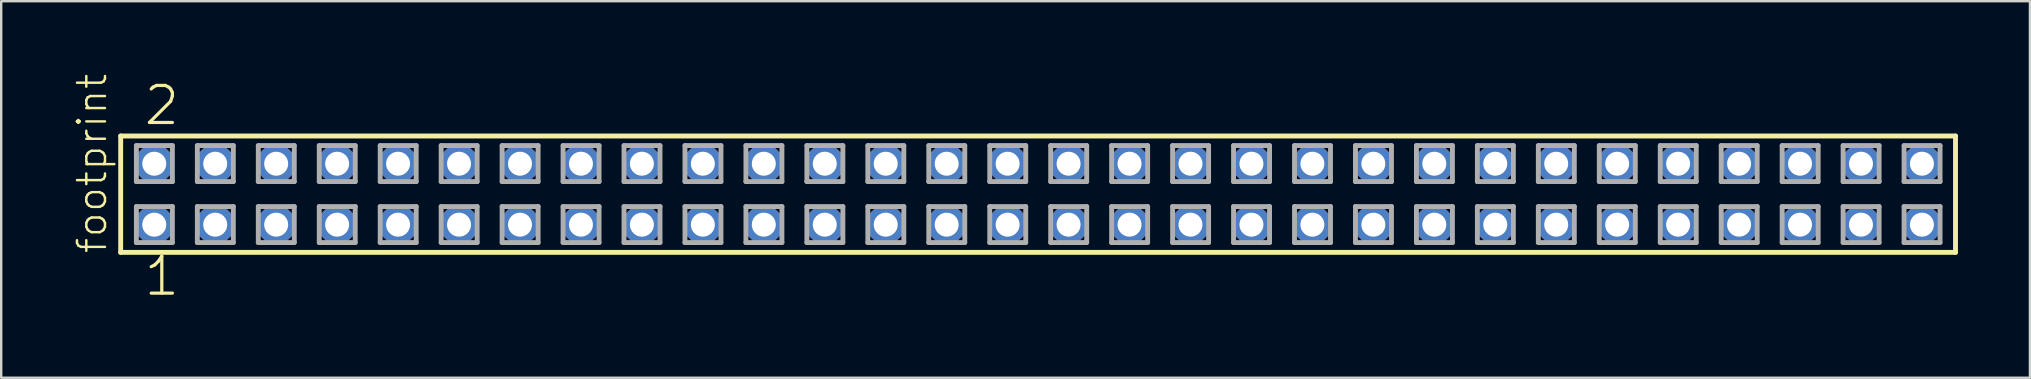
<source format=kicad_pcb>
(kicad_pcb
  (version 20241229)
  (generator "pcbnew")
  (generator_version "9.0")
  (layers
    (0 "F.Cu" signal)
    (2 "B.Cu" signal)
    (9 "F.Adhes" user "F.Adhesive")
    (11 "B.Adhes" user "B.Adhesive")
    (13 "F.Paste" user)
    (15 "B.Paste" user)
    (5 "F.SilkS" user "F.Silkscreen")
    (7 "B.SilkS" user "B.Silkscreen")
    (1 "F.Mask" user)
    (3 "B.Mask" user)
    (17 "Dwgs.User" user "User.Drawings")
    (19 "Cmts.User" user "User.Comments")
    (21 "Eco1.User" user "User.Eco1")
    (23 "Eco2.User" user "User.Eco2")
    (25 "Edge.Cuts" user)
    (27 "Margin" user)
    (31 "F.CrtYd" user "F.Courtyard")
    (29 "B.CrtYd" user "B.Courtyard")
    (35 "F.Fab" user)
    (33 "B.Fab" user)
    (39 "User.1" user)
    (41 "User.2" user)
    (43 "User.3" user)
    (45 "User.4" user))
  (footprint "footprint"
    (layer "F.Cu")
    (at 40.208 5.042)
    (property "Reference" "footprint" (at -38.735 2.54 90) (layer "F.SilkS") (effects (font (size 1.168 1.168) (thickness 0.102)) (justify left bottom)))
    (fp_line (start -38.229 -2.425) (end 38.229 -2.425) (stroke (width 0.203) (type solid)) (layer "F.SilkS"))
    (fp_line (start -38.229 2.425) (end -38.229 -2.425) (stroke (width 0.203) (type solid)) (layer "F.SilkS"))
    (fp_line (start 38.229 -2.425) (end 38.229 2.425) (stroke (width 0.203) (type solid)) (layer "F.SilkS"))
    (fp_line (start 38.229 2.425) (end -38.229 2.425) (stroke (width 0.203) (type solid)) (layer "F.SilkS"))
    (fp_line (start -37.575 -2.025) (end -36.075 -2.025) (stroke (width 0.203) (type solid)) (layer "F.Fab"))
    (fp_line (start -37.575 -0.525) (end -37.575 -2.025) (stroke (width 0.203) (type solid)) (layer "F.Fab"))
    (fp_line (start -37.575 0.515) (end -36.075 0.515) (stroke (width 0.203) (type solid)) (layer "F.Fab"))
    (fp_line (start -37.575 2.015) (end -37.575 0.515) (stroke (width 0.203) (type solid)) (layer "F.Fab"))
    (fp_line (start -36.075 -2.025) (end -36.075 -0.525) (stroke (width 0.203) (type solid)) (layer "F.Fab"))
    (fp_line (start -36.075 -0.525) (end -37.575 -0.525) (stroke (width 0.203) (type solid)) (layer "F.Fab"))
    (fp_line (start -36.075 0.515) (end -36.075 2.015) (stroke (width 0.203) (type solid)) (layer "F.Fab"))
    (fp_line (start -36.075 2.015) (end -37.575 2.015) (stroke (width 0.203) (type solid)) (layer "F.Fab"))
    (fp_line (start -35.035 -2.025) (end -33.535 -2.025) (stroke (width 0.203) (type solid)) (layer "F.Fab"))
    (fp_line (start -35.035 -0.525) (end -35.035 -2.025) (stroke (width 0.203) (type solid)) (layer "F.Fab"))
    (fp_line (start -35.035 0.515) (end -33.535 0.515) (stroke (width 0.203) (type solid)) (layer "F.Fab"))
    (fp_line (start -35.035 2.015) (end -35.035 0.515) (stroke (width 0.203) (type solid)) (layer "F.Fab"))
    (fp_line (start -33.535 -2.025) (end -33.535 -0.525) (stroke (width 0.203) (type solid)) (layer "F.Fab"))
    (fp_line (start -33.535 -0.525) (end -35.035 -0.525) (stroke (width 0.203) (type solid)) (layer "F.Fab"))
    (fp_line (start -33.535 0.515) (end -33.535 2.015) (stroke (width 0.203) (type solid)) (layer "F.Fab"))
    (fp_line (start -33.535 2.015) (end -35.035 2.015) (stroke (width 0.203) (type solid)) (layer "F.Fab"))
    (fp_line (start -32.495 -2.025) (end -30.995 -2.025) (stroke (width 0.203) (type solid)) (layer "F.Fab"))
    (fp_line (start -32.495 -0.525) (end -32.495 -2.025) (stroke (width 0.203) (type solid)) (layer "F.Fab"))
    (fp_line (start -32.495 0.515) (end -30.995 0.515) (stroke (width 0.203) (type solid)) (layer "F.Fab"))
    (fp_line (start -32.495 2.015) (end -32.495 0.515) (stroke (width 0.203) (type solid)) (layer "F.Fab"))
    (fp_line (start -30.995 -2.025) (end -30.995 -0.525) (stroke (width 0.203) (type solid)) (layer "F.Fab"))
    (fp_line (start -30.995 -0.525) (end -32.495 -0.525) (stroke (width 0.203) (type solid)) (layer "F.Fab"))
    (fp_line (start -30.995 0.515) (end -30.995 2.015) (stroke (width 0.203) (type solid)) (layer "F.Fab"))
    (fp_line (start -30.995 2.015) (end -32.495 2.015) (stroke (width 0.203) (type solid)) (layer "F.Fab"))
    (fp_line (start -29.955 -2.025) (end -28.455 -2.025) (stroke (width 0.203) (type solid)) (layer "F.Fab"))
    (fp_line (start -29.955 -0.525) (end -29.955 -2.025) (stroke (width 0.203) (type solid)) (layer "F.Fab"))
    (fp_line (start -29.955 0.515) (end -28.455 0.515) (stroke (width 0.203) (type solid)) (layer "F.Fab"))
    (fp_line (start -29.955 2.015) (end -29.955 0.515) (stroke (width 0.203) (type solid)) (layer "F.Fab"))
    (fp_line (start -28.455 -2.025) (end -28.455 -0.525) (stroke (width 0.203) (type solid)) (layer "F.Fab"))
    (fp_line (start -28.455 -0.525) (end -29.955 -0.525) (stroke (width 0.203) (type solid)) (layer "F.Fab"))
    (fp_line (start -28.455 0.515) (end -28.455 2.015) (stroke (width 0.203) (type solid)) (layer "F.Fab"))
    (fp_line (start -28.455 2.015) (end -29.955 2.015) (stroke (width 0.203) (type solid)) (layer "F.Fab"))
    (fp_line (start -27.415 -2.025) (end -25.915 -2.025) (stroke (width 0.203) (type solid)) (layer "F.Fab"))
    (fp_line (start -27.415 -0.525) (end -27.415 -2.025) (stroke (width 0.203) (type solid)) (layer "F.Fab"))
    (fp_line (start -27.415 0.515) (end -25.915 0.515) (stroke (width 0.203) (type solid)) (layer "F.Fab"))
    (fp_line (start -27.415 2.015) (end -27.415 0.515) (stroke (width 0.203) (type solid)) (layer "F.Fab"))
    (fp_line (start -25.915 -2.025) (end -25.915 -0.525) (stroke (width 0.203) (type solid)) (layer "F.Fab"))
    (fp_line (start -25.915 -0.525) (end -27.415 -0.525) (stroke (width 0.203) (type solid)) (layer "F.Fab"))
    (fp_line (start -25.915 0.515) (end -25.915 2.015) (stroke (width 0.203) (type solid)) (layer "F.Fab"))
    (fp_line (start -25.915 2.015) (end -27.415 2.015) (stroke (width 0.203) (type solid)) (layer "F.Fab"))
    (fp_line (start -24.875 -2.025) (end -23.375 -2.025) (stroke (width 0.203) (type solid)) (layer "F.Fab"))
    (fp_line (start -24.875 -0.525) (end -24.875 -2.025) (stroke (width 0.203) (type solid)) (layer "F.Fab"))
    (fp_line (start -24.875 0.515) (end -23.375 0.515) (stroke (width 0.203) (type solid)) (layer "F.Fab"))
    (fp_line (start -24.875 2.015) (end -24.875 0.515) (stroke (width 0.203) (type solid)) (layer "F.Fab"))
    (fp_line (start -23.375 -2.025) (end -23.375 -0.525) (stroke (width 0.203) (type solid)) (layer "F.Fab"))
    (fp_line (start -23.375 -0.525) (end -24.875 -0.525) (stroke (width 0.203) (type solid)) (layer "F.Fab"))
    (fp_line (start -23.375 0.515) (end -23.375 2.015) (stroke (width 0.203) (type solid)) (layer "F.Fab"))
    (fp_line (start -23.375 2.015) (end -24.875 2.015) (stroke (width 0.203) (type solid)) (layer "F.Fab"))
    (fp_line (start -22.335 -2.025) (end -20.835 -2.025) (stroke (width 0.203) (type solid)) (layer "F.Fab"))
    (fp_line (start -22.335 -0.525) (end -22.335 -2.025) (stroke (width 0.203) (type solid)) (layer "F.Fab"))
    (fp_line (start -22.335 0.515) (end -20.835 0.515) (stroke (width 0.203) (type solid)) (layer "F.Fab"))
    (fp_line (start -22.335 2.015) (end -22.335 0.515) (stroke (width 0.203) (type solid)) (layer "F.Fab"))
    (fp_line (start -20.835 -2.025) (end -20.835 -0.525) (stroke (width 0.203) (type solid)) (layer "F.Fab"))
    (fp_line (start -20.835 -0.525) (end -22.335 -0.525) (stroke (width 0.203) (type solid)) (layer "F.Fab"))
    (fp_line (start -20.835 0.515) (end -20.835 2.015) (stroke (width 0.203) (type solid)) (layer "F.Fab"))
    (fp_line (start -20.835 2.015) (end -22.335 2.015) (stroke (width 0.203) (type solid)) (layer "F.Fab"))
    (fp_line (start -19.795 -2.025) (end -18.295 -2.025) (stroke (width 0.203) (type solid)) (layer "F.Fab"))
    (fp_line (start -19.795 -0.525) (end -19.795 -2.025) (stroke (width 0.203) (type solid)) (layer "F.Fab"))
    (fp_line (start -19.795 0.515) (end -18.295 0.515) (stroke (width 0.203) (type solid)) (layer "F.Fab"))
    (fp_line (start -19.795 2.015) (end -19.795 0.515) (stroke (width 0.203) (type solid)) (layer "F.Fab"))
    (fp_line (start -18.295 -2.025) (end -18.295 -0.525) (stroke (width 0.203) (type solid)) (layer "F.Fab"))
    (fp_line (start -18.295 -0.525) (end -19.795 -0.525) (stroke (width 0.203) (type solid)) (layer "F.Fab"))
    (fp_line (start -18.295 0.515) (end -18.295 2.015) (stroke (width 0.203) (type solid)) (layer "F.Fab"))
    (fp_line (start -18.295 2.015) (end -19.795 2.015) (stroke (width 0.203) (type solid)) (layer "F.Fab"))
    (fp_line (start -17.255 -2.025) (end -15.755 -2.025) (stroke (width 0.203) (type solid)) (layer "F.Fab"))
    (fp_line (start -17.255 -0.525) (end -17.255 -2.025) (stroke (width 0.203) (type solid)) (layer "F.Fab"))
    (fp_line (start -17.255 0.515) (end -15.755 0.515) (stroke (width 0.203) (type solid)) (layer "F.Fab"))
    (fp_line (start -17.255 2.015) (end -17.255 0.515) (stroke (width 0.203) (type solid)) (layer "F.Fab"))
    (fp_line (start -15.755 -2.025) (end -15.755 -0.525) (stroke (width 0.203) (type solid)) (layer "F.Fab"))
    (fp_line (start -15.755 -0.525) (end -17.255 -0.525) (stroke (width 0.203) (type solid)) (layer "F.Fab"))
    (fp_line (start -15.755 0.515) (end -15.755 2.015) (stroke (width 0.203) (type solid)) (layer "F.Fab"))
    (fp_line (start -15.755 2.015) (end -17.255 2.015) (stroke (width 0.203) (type solid)) (layer "F.Fab"))
    (fp_line (start -14.715 -2.025) (end -13.215 -2.025) (stroke (width 0.203) (type solid)) (layer "F.Fab"))
    (fp_line (start -14.715 -0.525) (end -14.715 -2.025) (stroke (width 0.203) (type solid)) (layer "F.Fab"))
    (fp_line (start -14.715 0.515) (end -13.215 0.515) (stroke (width 0.203) (type solid)) (layer "F.Fab"))
    (fp_line (start -14.715 2.015) (end -14.715 0.515) (stroke (width 0.203) (type solid)) (layer "F.Fab"))
    (fp_line (start -13.215 -2.025) (end -13.215 -0.525) (stroke (width 0.203) (type solid)) (layer "F.Fab"))
    (fp_line (start -13.215 -0.525) (end -14.715 -0.525) (stroke (width 0.203) (type solid)) (layer "F.Fab"))
    (fp_line (start -13.215 0.515) (end -13.215 2.015) (stroke (width 0.203) (type solid)) (layer "F.Fab"))
    (fp_line (start -13.215 2.015) (end -14.715 2.015) (stroke (width 0.203) (type solid)) (layer "F.Fab"))
    (fp_line (start -12.175 -2.025) (end -10.675 -2.025) (stroke (width 0.203) (type solid)) (layer "F.Fab"))
    (fp_line (start -12.175 -0.525) (end -12.175 -2.025) (stroke (width 0.203) (type solid)) (layer "F.Fab"))
    (fp_line (start -12.175 0.515) (end -10.675 0.515) (stroke (width 0.203) (type solid)) (layer "F.Fab"))
    (fp_line (start -12.175 2.015) (end -12.175 0.515) (stroke (width 0.203) (type solid)) (layer "F.Fab"))
    (fp_line (start -10.675 -2.025) (end -10.675 -0.525) (stroke (width 0.203) (type solid)) (layer "F.Fab"))
    (fp_line (start -10.675 -0.525) (end -12.175 -0.525) (stroke (width 0.203) (type solid)) (layer "F.Fab"))
    (fp_line (start -10.675 0.515) (end -10.675 2.015) (stroke (width 0.203) (type solid)) (layer "F.Fab"))
    (fp_line (start -10.675 2.015) (end -12.175 2.015) (stroke (width 0.203) (type solid)) (layer "F.Fab"))
    (fp_line (start -9.635 -2.025) (end -8.135 -2.025) (stroke (width 0.203) (type solid)) (layer "F.Fab"))
    (fp_line (start -9.635 -0.525) (end -9.635 -2.025) (stroke (width 0.203) (type solid)) (layer "F.Fab"))
    (fp_line (start -9.635 0.515) (end -8.135 0.515) (stroke (width 0.203) (type solid)) (layer "F.Fab"))
    (fp_line (start -9.635 2.015) (end -9.635 0.515) (stroke (width 0.203) (type solid)) (layer "F.Fab"))
    (fp_line (start -8.135 -2.025) (end -8.135 -0.525) (stroke (width 0.203) (type solid)) (layer "F.Fab"))
    (fp_line (start -8.135 -0.525) (end -9.635 -0.525) (stroke (width 0.203) (type solid)) (layer "F.Fab"))
    (fp_line (start -8.135 0.515) (end -8.135 2.015) (stroke (width 0.203) (type solid)) (layer "F.Fab"))
    (fp_line (start -8.135 2.015) (end -9.635 2.015) (stroke (width 0.203) (type solid)) (layer "F.Fab"))
    (fp_line (start -7.095 -2.025) (end -5.595 -2.025) (stroke (width 0.203) (type solid)) (layer "F.Fab"))
    (fp_line (start -7.095 -0.525) (end -7.095 -2.025) (stroke (width 0.203) (type solid)) (layer "F.Fab"))
    (fp_line (start -7.095 0.515) (end -5.595 0.515) (stroke (width 0.203) (type solid)) (layer "F.Fab"))
    (fp_line (start -7.095 2.015) (end -7.095 0.515) (stroke (width 0.203) (type solid)) (layer "F.Fab"))
    (fp_line (start -5.595 -2.025) (end -5.595 -0.525) (stroke (width 0.203) (type solid)) (layer "F.Fab"))
    (fp_line (start -5.595 -0.525) (end -7.095 -0.525) (stroke (width 0.203) (type solid)) (layer "F.Fab"))
    (fp_line (start -5.595 0.515) (end -5.595 2.015) (stroke (width 0.203) (type solid)) (layer "F.Fab"))
    (fp_line (start -5.595 2.015) (end -7.095 2.015) (stroke (width 0.203) (type solid)) (layer "F.Fab"))
    (fp_line (start -4.555 -2.025) (end -3.055 -2.025) (stroke (width 0.203) (type solid)) (layer "F.Fab"))
    (fp_line (start -4.555 -0.525) (end -4.555 -2.025) (stroke (width 0.203) (type solid)) (layer "F.Fab"))
    (fp_line (start -4.555 0.515) (end -3.055 0.515) (stroke (width 0.203) (type solid)) (layer "F.Fab"))
    (fp_line (start -4.555 2.015) (end -4.555 0.515) (stroke (width 0.203) (type solid)) (layer "F.Fab"))
    (fp_line (start -3.055 -2.025) (end -3.055 -0.525) (stroke (width 0.203) (type solid)) (layer "F.Fab"))
    (fp_line (start -3.055 -0.525) (end -4.555 -0.525) (stroke (width 0.203) (type solid)) (layer "F.Fab"))
    (fp_line (start -3.055 0.515) (end -3.055 2.015) (stroke (width 0.203) (type solid)) (layer "F.Fab"))
    (fp_line (start -3.055 2.015) (end -4.555 2.015) (stroke (width 0.203) (type solid)) (layer "F.Fab"))
    (fp_line (start -2.015 -2.025) (end -0.515 -2.025) (stroke (width 0.203) (type solid)) (layer "F.Fab"))
    (fp_line (start -2.015 -0.525) (end -2.015 -2.025) (stroke (width 0.203) (type solid)) (layer "F.Fab"))
    (fp_line (start -2.015 0.515) (end -0.515 0.515) (stroke (width 0.203) (type solid)) (layer "F.Fab"))
    (fp_line (start -2.015 2.015) (end -2.015 0.515) (stroke (width 0.203) (type solid)) (layer "F.Fab"))
    (fp_line (start -0.515 -2.025) (end -0.515 -0.525) (stroke (width 0.203) (type solid)) (layer "F.Fab"))
    (fp_line (start -0.515 -0.525) (end -2.015 -0.525) (stroke (width 0.203) (type solid)) (layer "F.Fab"))
    (fp_line (start -0.515 0.515) (end -0.515 2.015) (stroke (width 0.203) (type solid)) (layer "F.Fab"))
    (fp_line (start -0.515 2.015) (end -2.015 2.015) (stroke (width 0.203) (type solid)) (layer "F.Fab"))
    (fp_line (start 0.525 -2.025) (end 2.025 -2.025) (stroke (width 0.203) (type solid)) (layer "F.Fab"))
    (fp_line (start 0.525 -0.525) (end 0.525 -2.025) (stroke (width 0.203) (type solid)) (layer "F.Fab"))
    (fp_line (start 0.525 0.515) (end 2.025 0.515) (stroke (width 0.203) (type solid)) (layer "F.Fab"))
    (fp_line (start 0.525 2.015) (end 0.525 0.515) (stroke (width 0.203) (type solid)) (layer "F.Fab"))
    (fp_line (start 2.025 -2.025) (end 2.025 -0.525) (stroke (width 0.203) (type solid)) (layer "F.Fab"))
    (fp_line (start 2.025 -0.525) (end 0.525 -0.525) (stroke (width 0.203) (type solid)) (layer "F.Fab"))
    (fp_line (start 2.025 0.515) (end 2.025 2.015) (stroke (width 0.203) (type solid)) (layer "F.Fab"))
    (fp_line (start 2.025 2.015) (end 0.525 2.015) (stroke (width 0.203) (type solid)) (layer "F.Fab"))
    (fp_line (start 3.065 -2.025) (end 4.565 -2.025) (stroke (width 0.203) (type solid)) (layer "F.Fab"))
    (fp_line (start 3.065 -0.525) (end 3.065 -2.025) (stroke (width 0.203) (type solid)) (layer "F.Fab"))
    (fp_line (start 3.065 0.515) (end 4.565 0.515) (stroke (width 0.203) (type solid)) (layer "F.Fab"))
    (fp_line (start 3.065 2.015) (end 3.065 0.515) (stroke (width 0.203) (type solid)) (layer "F.Fab"))
    (fp_line (start 4.565 -2.025) (end 4.565 -0.525) (stroke (width 0.203) (type solid)) (layer "F.Fab"))
    (fp_line (start 4.565 -0.525) (end 3.065 -0.525) (stroke (width 0.203) (type solid)) (layer "F.Fab"))
    (fp_line (start 4.565 0.515) (end 4.565 2.015) (stroke (width 0.203) (type solid)) (layer "F.Fab"))
    (fp_line (start 4.565 2.015) (end 3.065 2.015) (stroke (width 0.203) (type solid)) (layer "F.Fab"))
    (fp_line (start 5.605 -2.025) (end 7.105 -2.025) (stroke (width 0.203) (type solid)) (layer "F.Fab"))
    (fp_line (start 5.605 -0.525) (end 5.605 -2.025) (stroke (width 0.203) (type solid)) (layer "F.Fab"))
    (fp_line (start 5.605 0.515) (end 7.105 0.515) (stroke (width 0.203) (type solid)) (layer "F.Fab"))
    (fp_line (start 5.605 2.015) (end 5.605 0.515) (stroke (width 0.203) (type solid)) (layer "F.Fab"))
    (fp_line (start 7.105 -2.025) (end 7.105 -0.525) (stroke (width 0.203) (type solid)) (layer "F.Fab"))
    (fp_line (start 7.105 -0.525) (end 5.605 -0.525) (stroke (width 0.203) (type solid)) (layer "F.Fab"))
    (fp_line (start 7.105 0.515) (end 7.105 2.015) (stroke (width 0.203) (type solid)) (layer "F.Fab"))
    (fp_line (start 7.105 2.015) (end 5.605 2.015) (stroke (width 0.203) (type solid)) (layer "F.Fab"))
    (fp_line (start 8.145 -2.025) (end 9.645 -2.025) (stroke (width 0.203) (type solid)) (layer "F.Fab"))
    (fp_line (start 8.145 -0.525) (end 8.145 -2.025) (stroke (width 0.203) (type solid)) (layer "F.Fab"))
    (fp_line (start 8.145 0.515) (end 9.645 0.515) (stroke (width 0.203) (type solid)) (layer "F.Fab"))
    (fp_line (start 8.145 2.015) (end 8.145 0.515) (stroke (width 0.203) (type solid)) (layer "F.Fab"))
    (fp_line (start 9.645 -2.025) (end 9.645 -0.525) (stroke (width 0.203) (type solid)) (layer "F.Fab"))
    (fp_line (start 9.645 -0.525) (end 8.145 -0.525) (stroke (width 0.203) (type solid)) (layer "F.Fab"))
    (fp_line (start 9.645 0.515) (end 9.645 2.015) (stroke (width 0.203) (type solid)) (layer "F.Fab"))
    (fp_line (start 9.645 2.015) (end 8.145 2.015) (stroke (width 0.203) (type solid)) (layer "F.Fab"))
    (fp_line (start 10.685 -2.025) (end 12.185 -2.025) (stroke (width 0.203) (type solid)) (layer "F.Fab"))
    (fp_line (start 10.685 -0.525) (end 10.685 -2.025) (stroke (width 0.203) (type solid)) (layer "F.Fab"))
    (fp_line (start 10.685 0.515) (end 12.185 0.515) (stroke (width 0.203) (type solid)) (layer "F.Fab"))
    (fp_line (start 10.685 2.015) (end 10.685 0.515) (stroke (width 0.203) (type solid)) (layer "F.Fab"))
    (fp_line (start 12.185 -2.025) (end 12.185 -0.525) (stroke (width 0.203) (type solid)) (layer "F.Fab"))
    (fp_line (start 12.185 -0.525) (end 10.685 -0.525) (stroke (width 0.203) (type solid)) (layer "F.Fab"))
    (fp_line (start 12.185 0.515) (end 12.185 2.015) (stroke (width 0.203) (type solid)) (layer "F.Fab"))
    (fp_line (start 12.185 2.015) (end 10.685 2.015) (stroke (width 0.203) (type solid)) (layer "F.Fab"))
    (fp_line (start 13.225 -2.025) (end 14.725 -2.025) (stroke (width 0.203) (type solid)) (layer "F.Fab"))
    (fp_line (start 13.225 -0.525) (end 13.225 -2.025) (stroke (width 0.203) (type solid)) (layer "F.Fab"))
    (fp_line (start 13.225 0.515) (end 14.725 0.515) (stroke (width 0.203) (type solid)) (layer "F.Fab"))
    (fp_line (start 13.225 2.015) (end 13.225 0.515) (stroke (width 0.203) (type solid)) (layer "F.Fab"))
    (fp_line (start 14.725 -2.025) (end 14.725 -0.525) (stroke (width 0.203) (type solid)) (layer "F.Fab"))
    (fp_line (start 14.725 -0.525) (end 13.225 -0.525) (stroke (width 0.203) (type solid)) (layer "F.Fab"))
    (fp_line (start 14.725 0.515) (end 14.725 2.015) (stroke (width 0.203) (type solid)) (layer "F.Fab"))
    (fp_line (start 14.725 2.015) (end 13.225 2.015) (stroke (width 0.203) (type solid)) (layer "F.Fab"))
    (fp_line (start 15.765 -2.025) (end 17.265 -2.025) (stroke (width 0.203) (type solid)) (layer "F.Fab"))
    (fp_line (start 15.765 -0.525) (end 15.765 -2.025) (stroke (width 0.203) (type solid)) (layer "F.Fab"))
    (fp_line (start 15.765 0.515) (end 17.265 0.515) (stroke (width 0.203) (type solid)) (layer "F.Fab"))
    (fp_line (start 15.765 2.015) (end 15.765 0.515) (stroke (width 0.203) (type solid)) (layer "F.Fab"))
    (fp_line (start 17.265 -2.025) (end 17.265 -0.525) (stroke (width 0.203) (type solid)) (layer "F.Fab"))
    (fp_line (start 17.265 -0.525) (end 15.765 -0.525) (stroke (width 0.203) (type solid)) (layer "F.Fab"))
    (fp_line (start 17.265 0.515) (end 17.265 2.015) (stroke (width 0.203) (type solid)) (layer "F.Fab"))
    (fp_line (start 17.265 2.015) (end 15.765 2.015) (stroke (width 0.203) (type solid)) (layer "F.Fab"))
    (fp_line (start 18.305 -2.025) (end 19.805 -2.025) (stroke (width 0.203) (type solid)) (layer "F.Fab"))
    (fp_line (start 18.305 -0.525) (end 18.305 -2.025) (stroke (width 0.203) (type solid)) (layer "F.Fab"))
    (fp_line (start 18.305 0.515) (end 19.805 0.515) (stroke (width 0.203) (type solid)) (layer "F.Fab"))
    (fp_line (start 18.305 2.015) (end 18.305 0.515) (stroke (width 0.203) (type solid)) (layer "F.Fab"))
    (fp_line (start 19.805 -2.025) (end 19.805 -0.525) (stroke (width 0.203) (type solid)) (layer "F.Fab"))
    (fp_line (start 19.805 -0.525) (end 18.305 -0.525) (stroke (width 0.203) (type solid)) (layer "F.Fab"))
    (fp_line (start 19.805 0.515) (end 19.805 2.015) (stroke (width 0.203) (type solid)) (layer "F.Fab"))
    (fp_line (start 19.805 2.015) (end 18.305 2.015) (stroke (width 0.203) (type solid)) (layer "F.Fab"))
    (fp_line (start 20.845 -2.025) (end 22.345 -2.025) (stroke (width 0.203) (type solid)) (layer "F.Fab"))
    (fp_line (start 20.845 -0.525) (end 20.845 -2.025) (stroke (width 0.203) (type solid)) (layer "F.Fab"))
    (fp_line (start 20.845 0.515) (end 22.345 0.515) (stroke (width 0.203) (type solid)) (layer "F.Fab"))
    (fp_line (start 20.845 2.015) (end 20.845 0.515) (stroke (width 0.203) (type solid)) (layer "F.Fab"))
    (fp_line (start 22.345 -2.025) (end 22.345 -0.525) (stroke (width 0.203) (type solid)) (layer "F.Fab"))
    (fp_line (start 22.345 -0.525) (end 20.845 -0.525) (stroke (width 0.203) (type solid)) (layer "F.Fab"))
    (fp_line (start 22.345 0.515) (end 22.345 2.015) (stroke (width 0.203) (type solid)) (layer "F.Fab"))
    (fp_line (start 22.345 2.015) (end 20.845 2.015) (stroke (width 0.203) (type solid)) (layer "F.Fab"))
    (fp_line (start 23.385 -2.025) (end 24.885 -2.025) (stroke (width 0.203) (type solid)) (layer "F.Fab"))
    (fp_line (start 23.385 -0.525) (end 23.385 -2.025) (stroke (width 0.203) (type solid)) (layer "F.Fab"))
    (fp_line (start 23.385 0.515) (end 24.885 0.515) (stroke (width 0.203) (type solid)) (layer "F.Fab"))
    (fp_line (start 23.385 2.015) (end 23.385 0.515) (stroke (width 0.203) (type solid)) (layer "F.Fab"))
    (fp_line (start 24.885 -2.025) (end 24.885 -0.525) (stroke (width 0.203) (type solid)) (layer "F.Fab"))
    (fp_line (start 24.885 -0.525) (end 23.385 -0.525) (stroke (width 0.203) (type solid)) (layer "F.Fab"))
    (fp_line (start 24.885 0.515) (end 24.885 2.015) (stroke (width 0.203) (type solid)) (layer "F.Fab"))
    (fp_line (start 24.885 2.015) (end 23.385 2.015) (stroke (width 0.203) (type solid)) (layer "F.Fab"))
    (fp_line (start 25.925 -2.025) (end 27.425 -2.025) (stroke (width 0.203) (type solid)) (layer "F.Fab"))
    (fp_line (start 25.925 -0.525) (end 25.925 -2.025) (stroke (width 0.203) (type solid)) (layer "F.Fab"))
    (fp_line (start 25.925 0.515) (end 27.425 0.515) (stroke (width 0.203) (type solid)) (layer "F.Fab"))
    (fp_line (start 25.925 2.015) (end 25.925 0.515) (stroke (width 0.203) (type solid)) (layer "F.Fab"))
    (fp_line (start 27.425 -2.025) (end 27.425 -0.525) (stroke (width 0.203) (type solid)) (layer "F.Fab"))
    (fp_line (start 27.425 -0.525) (end 25.925 -0.525) (stroke (width 0.203) (type solid)) (layer "F.Fab"))
    (fp_line (start 27.425 0.515) (end 27.425 2.015) (stroke (width 0.203) (type solid)) (layer "F.Fab"))
    (fp_line (start 27.425 2.015) (end 25.925 2.015) (stroke (width 0.203) (type solid)) (layer "F.Fab"))
    (fp_line (start 28.465 -2.025) (end 29.965 -2.025) (stroke (width 0.203) (type solid)) (layer "F.Fab"))
    (fp_line (start 28.465 -0.525) (end 28.465 -2.025) (stroke (width 0.203) (type solid)) (layer "F.Fab"))
    (fp_line (start 28.465 0.515) (end 29.965 0.515) (stroke (width 0.203) (type solid)) (layer "F.Fab"))
    (fp_line (start 28.465 2.015) (end 28.465 0.515) (stroke (width 0.203) (type solid)) (layer "F.Fab"))
    (fp_line (start 29.965 -2.025) (end 29.965 -0.525) (stroke (width 0.203) (type solid)) (layer "F.Fab"))
    (fp_line (start 29.965 -0.525) (end 28.465 -0.525) (stroke (width 0.203) (type solid)) (layer "F.Fab"))
    (fp_line (start 29.965 0.515) (end 29.965 2.015) (stroke (width 0.203) (type solid)) (layer "F.Fab"))
    (fp_line (start 29.965 2.015) (end 28.465 2.015) (stroke (width 0.203) (type solid)) (layer "F.Fab"))
    (fp_line (start 31.005 -2.025) (end 32.505 -2.025) (stroke (width 0.203) (type solid)) (layer "F.Fab"))
    (fp_line (start 31.005 -0.525) (end 31.005 -2.025) (stroke (width 0.203) (type solid)) (layer "F.Fab"))
    (fp_line (start 31.005 0.515) (end 32.505 0.515) (stroke (width 0.203) (type solid)) (layer "F.Fab"))
    (fp_line (start 31.005 2.015) (end 31.005 0.515) (stroke (width 0.203) (type solid)) (layer "F.Fab"))
    (fp_line (start 32.505 -2.025) (end 32.505 -0.525) (stroke (width 0.203) (type solid)) (layer "F.Fab"))
    (fp_line (start 32.505 -0.525) (end 31.005 -0.525) (stroke (width 0.203) (type solid)) (layer "F.Fab"))
    (fp_line (start 32.505 0.515) (end 32.505 2.015) (stroke (width 0.203) (type solid)) (layer "F.Fab"))
    (fp_line (start 32.505 2.015) (end 31.005 2.015) (stroke (width 0.203) (type solid)) (layer "F.Fab"))
    (fp_line (start 33.545 -2.025) (end 35.045 -2.025) (stroke (width 0.203) (type solid)) (layer "F.Fab"))
    (fp_line (start 33.545 -0.525) (end 33.545 -2.025) (stroke (width 0.203) (type solid)) (layer "F.Fab"))
    (fp_line (start 33.545 0.515) (end 35.045 0.515) (stroke (width 0.203) (type solid)) (layer "F.Fab"))
    (fp_line (start 33.545 2.015) (end 33.545 0.515) (stroke (width 0.203) (type solid)) (layer "F.Fab"))
    (fp_line (start 35.045 -2.025) (end 35.045 -0.525) (stroke (width 0.203) (type solid)) (layer "F.Fab"))
    (fp_line (start 35.045 -0.525) (end 33.545 -0.525) (stroke (width 0.203) (type solid)) (layer "F.Fab"))
    (fp_line (start 35.045 0.515) (end 35.045 2.015) (stroke (width 0.203) (type solid)) (layer "F.Fab"))
    (fp_line (start 35.045 2.015) (end 33.545 2.015) (stroke (width 0.203) (type solid)) (layer "F.Fab"))
    (fp_line (start 36.085 -2.025) (end 37.585 -2.025) (stroke (width 0.203) (type solid)) (layer "F.Fab"))
    (fp_line (start 36.085 -0.525) (end 36.085 -2.025) (stroke (width 0.203) (type solid)) (layer "F.Fab"))
    (fp_line (start 36.085 0.515) (end 37.585 0.515) (stroke (width 0.203) (type solid)) (layer "F.Fab"))
    (fp_line (start 36.085 2.015) (end 36.085 0.515) (stroke (width 0.203) (type solid)) (layer "F.Fab"))
    (fp_line (start 37.585 -2.025) (end 37.585 -0.525) (stroke (width 0.203) (type solid)) (layer "F.Fab"))
    (fp_line (start 37.585 -0.525) (end 36.085 -0.525) (stroke (width 0.203) (type solid)) (layer "F.Fab"))
    (fp_line (start 37.585 0.515) (end 37.585 2.015) (stroke (width 0.203) (type solid)) (layer "F.Fab"))
    (fp_line (start 37.585 2.015) (end 36.085 2.015) (stroke (width 0.203) (type solid)) (layer "F.Fab"))
    (fp_text user "1" (at -37.338 4.318 0) (layer "F.SilkS") (effects (font (size 1.542 1.542) (thickness 0.134)) (justify left bottom)))
    (fp_text user "2" (at -37.338 -2.794 0) (layer "F.SilkS") (effects (font (size 1.542 1.542) (thickness 0.134)) (justify left bottom)))
    (pad "1" thru_hole roundrect (at -36.83 1.27) (size 1.5 1.5) (drill 1) (layers "*.Cu" "*.Mask") (roundrect_rratio 0.25) (chamfer_ratio 0.25) (chamfer top_left top_right bottom_left bottom_right))
    (pad "2" thru_hole roundrect (at -36.83 -1.27) (size 1.5 1.5) (drill 1) (layers "*.Cu" "*.Mask") (roundrect_rratio 0.25) (chamfer_ratio 0.25) (chamfer top_left top_right bottom_left bottom_right))
    (pad "3" thru_hole roundrect (at -34.29 1.27) (size 1.5 1.5) (drill 1) (layers "*.Cu" "*.Mask") (roundrect_rratio 0.25) (chamfer_ratio 0.25) (chamfer top_left top_right bottom_left bottom_right))
    (pad "4" thru_hole roundrect (at -34.29 -1.27) (size 1.5 1.5) (drill 1) (layers "*.Cu" "*.Mask") (roundrect_rratio 0.25) (chamfer_ratio 0.25) (chamfer top_left top_right bottom_left bottom_right))
    (pad "5" thru_hole roundrect (at -31.75 1.27) (size 1.5 1.5) (drill 1) (layers "*.Cu" "*.Mask") (roundrect_rratio 0.25) (chamfer_ratio 0.25) (chamfer top_left top_right bottom_left bottom_right))
    (pad "6" thru_hole roundrect (at -31.75 -1.27) (size 1.5 1.5) (drill 1) (layers "*.Cu" "*.Mask") (roundrect_rratio 0.25) (chamfer_ratio 0.25) (chamfer top_left top_right bottom_left bottom_right))
    (pad "7" thru_hole roundrect (at -29.21 1.27) (size 1.5 1.5) (drill 1) (layers "*.Cu" "*.Mask") (roundrect_rratio 0.25) (chamfer_ratio 0.25) (chamfer top_left top_right bottom_left bottom_right))
    (pad "8" thru_hole roundrect (at -29.21 -1.27) (size 1.5 1.5) (drill 1) (layers "*.Cu" "*.Mask") (roundrect_rratio 0.25) (chamfer_ratio 0.25) (chamfer top_left top_right bottom_left bottom_right))
    (pad "9" thru_hole roundrect (at -26.67 1.27) (size 1.5 1.5) (drill 1) (layers "*.Cu" "*.Mask") (roundrect_rratio 0.25) (chamfer_ratio 0.25) (chamfer top_left top_right bottom_left bottom_right))
    (pad "10" thru_hole roundrect (at -26.67 -1.27) (size 1.5 1.5) (drill 1) (layers "*.Cu" "*.Mask") (roundrect_rratio 0.25) (chamfer_ratio 0.25) (chamfer top_left top_right bottom_left bottom_right))
    (pad "11" thru_hole roundrect (at -24.13 1.27) (size 1.5 1.5) (drill 1) (layers "*.Cu" "*.Mask") (roundrect_rratio 0.25) (chamfer_ratio 0.25) (chamfer top_left top_right bottom_left bottom_right))
    (pad "12" thru_hole roundrect (at -24.13 -1.27) (size 1.5 1.5) (drill 1) (layers "*.Cu" "*.Mask") (roundrect_rratio 0.25) (chamfer_ratio 0.25) (chamfer top_left top_right bottom_left bottom_right))
    (pad "13" thru_hole roundrect (at -21.59 1.27) (size 1.5 1.5) (drill 1) (layers "*.Cu" "*.Mask") (roundrect_rratio 0.25) (chamfer_ratio 0.25) (chamfer top_left top_right bottom_left bottom_right))
    (pad "14" thru_hole roundrect (at -21.59 -1.27) (size 1.5 1.5) (drill 1) (layers "*.Cu" "*.Mask") (roundrect_rratio 0.25) (chamfer_ratio 0.25) (chamfer top_left top_right bottom_left bottom_right))
    (pad "15" thru_hole roundrect (at -19.05 1.27) (size 1.5 1.5) (drill 1) (layers "*.Cu" "*.Mask") (roundrect_rratio 0.25) (chamfer_ratio 0.25) (chamfer top_left top_right bottom_left bottom_right))
    (pad "16" thru_hole roundrect (at -19.05 -1.27) (size 1.5 1.5) (drill 1) (layers "*.Cu" "*.Mask") (roundrect_rratio 0.25) (chamfer_ratio 0.25) (chamfer top_left top_right bottom_left bottom_right))
    (pad "17" thru_hole roundrect (at -16.51 1.27) (size 1.5 1.5) (drill 1) (layers "*.Cu" "*.Mask") (roundrect_rratio 0.25) (chamfer_ratio 0.25) (chamfer top_left top_right bottom_left bottom_right))
    (pad "18" thru_hole roundrect (at -16.51 -1.27) (size 1.5 1.5) (drill 1) (layers "*.Cu" "*.Mask") (roundrect_rratio 0.25) (chamfer_ratio 0.25) (chamfer top_left top_right bottom_left bottom_right))
    (pad "19" thru_hole roundrect (at -13.97 1.27) (size 1.5 1.5) (drill 1) (layers "*.Cu" "*.Mask") (roundrect_rratio 0.25) (chamfer_ratio 0.25) (chamfer top_left top_right bottom_left bottom_right))
    (pad "20" thru_hole roundrect (at -13.97 -1.27) (size 1.5 1.5) (drill 1) (layers "*.Cu" "*.Mask") (roundrect_rratio 0.25) (chamfer_ratio 0.25) (chamfer top_left top_right bottom_left bottom_right))
    (pad "21" thru_hole roundrect (at -11.43 1.27) (size 1.5 1.5) (drill 1) (layers "*.Cu" "*.Mask") (roundrect_rratio 0.25) (chamfer_ratio 0.25) (chamfer top_left top_right bottom_left bottom_right))
    (pad "22" thru_hole roundrect (at -11.43 -1.27) (size 1.5 1.5) (drill 1) (layers "*.Cu" "*.Mask") (roundrect_rratio 0.25) (chamfer_ratio 0.25) (chamfer top_left top_right bottom_left bottom_right))
    (pad "23" thru_hole roundrect (at -8.89 1.27) (size 1.5 1.5) (drill 1) (layers "*.Cu" "*.Mask") (roundrect_rratio 0.25) (chamfer_ratio 0.25) (chamfer top_left top_right bottom_left bottom_right))
    (pad "24" thru_hole roundrect (at -8.89 -1.27) (size 1.5 1.5) (drill 1) (layers "*.Cu" "*.Mask") (roundrect_rratio 0.25) (chamfer_ratio 0.25) (chamfer top_left top_right bottom_left bottom_right))
    (pad "25" thru_hole roundrect (at -6.35 1.27) (size 1.5 1.5) (drill 1) (layers "*.Cu" "*.Mask") (roundrect_rratio 0.25) (chamfer_ratio 0.25) (chamfer top_left top_right bottom_left bottom_right))
    (pad "26" thru_hole roundrect (at -6.35 -1.27) (size 1.5 1.5) (drill 1) (layers "*.Cu" "*.Mask") (roundrect_rratio 0.25) (chamfer_ratio 0.25) (chamfer top_left top_right bottom_left bottom_right))
    (pad "27" thru_hole roundrect (at -3.81 1.27) (size 1.5 1.5) (drill 1) (layers "*.Cu" "*.Mask") (roundrect_rratio 0.25) (chamfer_ratio 0.25) (chamfer top_left top_right bottom_left bottom_right))
    (pad "28" thru_hole roundrect (at -3.81 -1.27) (size 1.5 1.5) (drill 1) (layers "*.Cu" "*.Mask") (roundrect_rratio 0.25) (chamfer_ratio 0.25) (chamfer top_left top_right bottom_left bottom_right))
    (pad "29" thru_hole roundrect (at -1.27 1.27) (size 1.5 1.5) (drill 1) (layers "*.Cu" "*.Mask") (roundrect_rratio 0.25) (chamfer_ratio 0.25) (chamfer top_left top_right bottom_left bottom_right))
    (pad "30" thru_hole roundrect (at -1.27 -1.27) (size 1.5 1.5) (drill 1) (layers "*.Cu" "*.Mask") (roundrect_rratio 0.25) (chamfer_ratio 0.25) (chamfer top_left top_right bottom_left bottom_right))
    (pad "31" thru_hole roundrect (at 1.27 1.27) (size 1.5 1.5) (drill 1) (layers "*.Cu" "*.Mask") (roundrect_rratio 0.25) (chamfer_ratio 0.25) (chamfer top_left top_right bottom_left bottom_right))
    (pad "32" thru_hole roundrect (at 1.27 -1.27) (size 1.5 1.5) (drill 1) (layers "*.Cu" "*.Mask") (roundrect_rratio 0.25) (chamfer_ratio 0.25) (chamfer top_left top_right bottom_left bottom_right))
    (pad "33" thru_hole roundrect (at 3.81 1.27) (size 1.5 1.5) (drill 1) (layers "*.Cu" "*.Mask") (roundrect_rratio 0.25) (chamfer_ratio 0.25) (chamfer top_left top_right bottom_left bottom_right))
    (pad "34" thru_hole roundrect (at 3.81 -1.27) (size 1.5 1.5) (drill 1) (layers "*.Cu" "*.Mask") (roundrect_rratio 0.25) (chamfer_ratio 0.25) (chamfer top_left top_right bottom_left bottom_right))
    (pad "35" thru_hole roundrect (at 6.35 1.27) (size 1.5 1.5) (drill 1) (layers "*.Cu" "*.Mask") (roundrect_rratio 0.25) (chamfer_ratio 0.25) (chamfer top_left top_right bottom_left bottom_right))
    (pad "36" thru_hole roundrect (at 6.35 -1.27) (size 1.5 1.5) (drill 1) (layers "*.Cu" "*.Mask") (roundrect_rratio 0.25) (chamfer_ratio 0.25) (chamfer top_left top_right bottom_left bottom_right))
    (pad "37" thru_hole roundrect (at 8.89 1.27) (size 1.5 1.5) (drill 1) (layers "*.Cu" "*.Mask") (roundrect_rratio 0.25) (chamfer_ratio 0.25) (chamfer top_left top_right bottom_left bottom_right))
    (pad "38" thru_hole roundrect (at 8.89 -1.27) (size 1.5 1.5) (drill 1) (layers "*.Cu" "*.Mask") (roundrect_rratio 0.25) (chamfer_ratio 0.25) (chamfer top_left top_right bottom_left bottom_right))
    (pad "39" thru_hole roundrect (at 11.43 1.27) (size 1.5 1.5) (drill 1) (layers "*.Cu" "*.Mask") (roundrect_rratio 0.25) (chamfer_ratio 0.25) (chamfer top_left top_right bottom_left bottom_right))
    (pad "40" thru_hole roundrect (at 11.43 -1.27) (size 1.5 1.5) (drill 1) (layers "*.Cu" "*.Mask") (roundrect_rratio 0.25) (chamfer_ratio 0.25) (chamfer top_left top_right bottom_left bottom_right))
    (pad "41" thru_hole roundrect (at 13.97 1.27) (size 1.5 1.5) (drill 1) (layers "*.Cu" "*.Mask") (roundrect_rratio 0.25) (chamfer_ratio 0.25) (chamfer top_left top_right bottom_left bottom_right))
    (pad "42" thru_hole roundrect (at 13.97 -1.27) (size 1.5 1.5) (drill 1) (layers "*.Cu" "*.Mask") (roundrect_rratio 0.25) (chamfer_ratio 0.25) (chamfer top_left top_right bottom_left bottom_right))
    (pad "43" thru_hole roundrect (at 16.51 1.27) (size 1.5 1.5) (drill 1) (layers "*.Cu" "*.Mask") (roundrect_rratio 0.25) (chamfer_ratio 0.25) (chamfer top_left top_right bottom_left bottom_right))
    (pad "44" thru_hole roundrect (at 16.51 -1.27) (size 1.5 1.5) (drill 1) (layers "*.Cu" "*.Mask") (roundrect_rratio 0.25) (chamfer_ratio 0.25) (chamfer top_left top_right bottom_left bottom_right))
    (pad "45" thru_hole roundrect (at 19.05 1.27) (size 1.5 1.5) (drill 1) (layers "*.Cu" "*.Mask") (roundrect_rratio 0.25) (chamfer_ratio 0.25) (chamfer top_left top_right bottom_left bottom_right))
    (pad "46" thru_hole roundrect (at 19.05 -1.27) (size 1.5 1.5) (drill 1) (layers "*.Cu" "*.Mask") (roundrect_rratio 0.25) (chamfer_ratio 0.25) (chamfer top_left top_right bottom_left bottom_right))
    (pad "47" thru_hole roundrect (at 21.59 1.27) (size 1.5 1.5) (drill 1) (layers "*.Cu" "*.Mask") (roundrect_rratio 0.25) (chamfer_ratio 0.25) (chamfer top_left top_right bottom_left bottom_right))
    (pad "48" thru_hole roundrect (at 21.59 -1.27) (size 1.5 1.5) (drill 1) (layers "*.Cu" "*.Mask") (roundrect_rratio 0.25) (chamfer_ratio 0.25) (chamfer top_left top_right bottom_left bottom_right))
    (pad "49" thru_hole roundrect (at 24.13 1.27) (size 1.5 1.5) (drill 1) (layers "*.Cu" "*.Mask") (roundrect_rratio 0.25) (chamfer_ratio 0.25) (chamfer top_left top_right bottom_left bottom_right))
    (pad "50" thru_hole roundrect (at 24.13 -1.27) (size 1.5 1.5) (drill 1) (layers "*.Cu" "*.Mask") (roundrect_rratio 0.25) (chamfer_ratio 0.25) (chamfer top_left top_right bottom_left bottom_right))
    (pad "51" thru_hole roundrect (at 26.67 1.27) (size 1.5 1.5) (drill 1) (layers "*.Cu" "*.Mask") (roundrect_rratio 0.25) (chamfer_ratio 0.25) (chamfer top_left top_right bottom_left bottom_right))
    (pad "52" thru_hole roundrect (at 26.67 -1.27) (size 1.5 1.5) (drill 1) (layers "*.Cu" "*.Mask") (roundrect_rratio 0.25) (chamfer_ratio 0.25) (chamfer top_left top_right bottom_left bottom_right))
    (pad "53" thru_hole roundrect (at 29.21 1.27) (size 1.5 1.5) (drill 1) (layers "*.Cu" "*.Mask") (roundrect_rratio 0.25) (chamfer_ratio 0.25) (chamfer top_left top_right bottom_left bottom_right))
    (pad "54" thru_hole roundrect (at 29.21 -1.27) (size 1.5 1.5) (drill 1) (layers "*.Cu" "*.Mask") (roundrect_rratio 0.25) (chamfer_ratio 0.25) (chamfer top_left top_right bottom_left bottom_right))
    (pad "55" thru_hole roundrect (at 31.75 1.27) (size 1.5 1.5) (drill 1) (layers "*.Cu" "*.Mask") (roundrect_rratio 0.25) (chamfer_ratio 0.25) (chamfer top_left top_right bottom_left bottom_right))
    (pad "56" thru_hole roundrect (at 31.75 -1.27) (size 1.5 1.5) (drill 1) (layers "*.Cu" "*.Mask") (roundrect_rratio 0.25) (chamfer_ratio 0.25) (chamfer top_left top_right bottom_left bottom_right))
    (pad "57" thru_hole roundrect (at 34.29 1.27) (size 1.5 1.5) (drill 1) (layers "*.Cu" "*.Mask") (roundrect_rratio 0.25) (chamfer_ratio 0.25) (chamfer top_left top_right bottom_left bottom_right))
    (pad "58" thru_hole roundrect (at 34.29 -1.27) (size 1.5 1.5) (drill 1) (layers "*.Cu" "*.Mask") (roundrect_rratio 0.25) (chamfer_ratio 0.25) (chamfer top_left top_right bottom_left bottom_right))
    (pad "59" thru_hole roundrect (at 36.83 1.27) (size 1.5 1.5) (drill 1) (layers "*.Cu" "*.Mask") (roundrect_rratio 0.25) (chamfer_ratio 0.25) (chamfer top_left top_right bottom_left bottom_right))
    (pad "60" thru_hole roundrect (at 36.83 -1.27) (size 1.5 1.5) (drill 1) (layers "*.Cu" "*.Mask") (roundrect_rratio 0.25) (chamfer_ratio 0.25) (chamfer top_left top_right bottom_left bottom_right)))
  (gr_rect
    (start -3 -3)
    (end 81.539 12.691)
    (stroke (width 0.1) (type default))
    (fill no)
    (layer "Edge.Cuts")))
</source>
